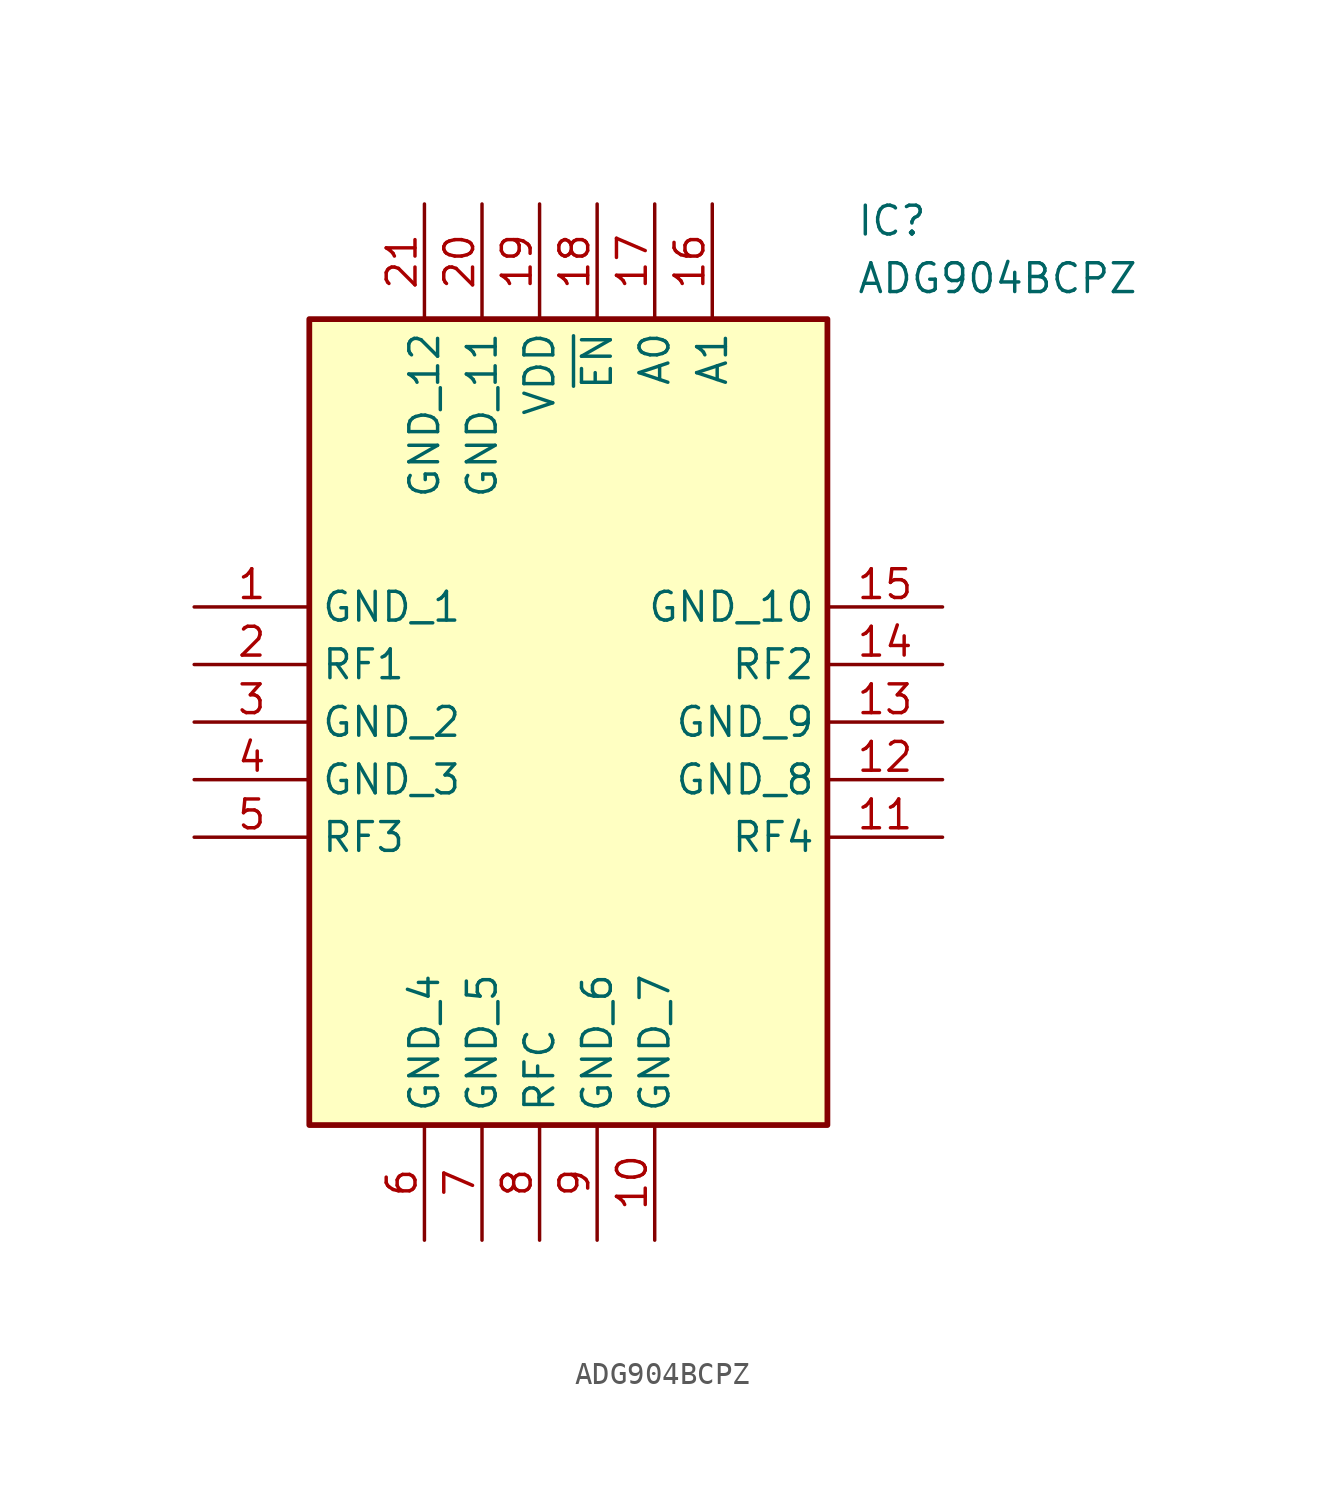
<source format=kicad_sym>
(kicad_symbol_lib
  (version 20241209)
  (generator "kicad_symbol_editor")
  (generator_version "9.0")
  (symbol "ADG904BCPZ"
    (property "Reference" "IC"
      (at 29.21 17.78 0)
      (effects (font (size 1.27 1.27)) (justify left top)))
    (property "Value" "ADG904BCPZ"
      (at 29.21 15.24 0)
      (effects (font (size 1.27 1.27)) (justify left top)))
    (symbol "ADG904BCPZ_1_1"
      (rectangle (start 5.08 12.7) (end 27.94 -22.86) (stroke (width 0.254) (type default)) (fill (type background)))
      (pin power_in line (at 0 0 0) (length 5.08) (name "GND_1" (effects (font (size 1.27 1.27)))) (number "1" (effects (font (size 1.27 1.27)))))
      (pin passive line (at 0 -2.54 0) (length 5.08) (name "RF1" (effects (font (size 1.27 1.27)))) (number "2" (effects (font (size 1.27 1.27)))))
      (pin power_in line (at 0 -5.08 0) (length 5.08) (name "GND_2" (effects (font (size 1.27 1.27)))) (number "3" (effects (font (size 1.27 1.27)))))
      (pin power_in line (at 0 -7.62 0) (length 5.08) (name "GND_3" (effects (font (size 1.27 1.27)))) (number "4" (effects (font (size 1.27 1.27)))))
      (pin passive line (at 0 -10.16 0) (length 5.08) (name "RF3" (effects (font (size 1.27 1.27)))) (number "5" (effects (font (size 1.27 1.27)))))
      (pin power_in line (at 10.16 17.78 270) (length 5.08) (name "GND_12" (effects (font (size 1.27 1.27)))) (number "21" (effects (font (size 1.27 1.27)))))
      (pin power_in line (at 10.16 -27.94 90) (length 5.08) (name "GND_4" (effects (font (size 1.27 1.27)))) (number "6" (effects (font (size 1.27 1.27)))))
      (pin power_in line (at 12.7 17.78 270) (length 5.08) (name "GND_11" (effects (font (size 1.27 1.27)))) (number "20" (effects (font (size 1.27 1.27)))))
      (pin power_in line (at 12.7 -27.94 90) (length 5.08) (name "GND_5" (effects (font (size 1.27 1.27)))) (number "7" (effects (font (size 1.27 1.27)))))
      (pin power_in line (at 15.24 17.78 270) (length 5.08) (name "VDD" (effects (font (size 1.27 1.27)))) (number "19" (effects (font (size 1.27 1.27)))))
      (pin passive line (at 15.24 -27.94 90) (length 5.08) (name "RFC" (effects (font (size 1.27 1.27)))) (number "8" (effects (font (size 1.27 1.27)))))
      (pin input line (at 17.78 17.78 270) (length 5.08) (name "~{EN}" (effects (font (size 1.27 1.27)))) (number "18" (effects (font (size 1.27 1.27)))))
      (pin power_in line (at 17.78 -27.94 90) (length 5.08) (name "GND_6" (effects (font (size 1.27 1.27)))) (number "9" (effects (font (size 1.27 1.27)))))
      (pin input line (at 20.32 17.78 270) (length 5.08) (name "A0" (effects (font (size 1.27 1.27)))) (number "17" (effects (font (size 1.27 1.27)))))
      (pin power_in line (at 20.32 -27.94 90) (length 5.08) (name "GND_7" (effects (font (size 1.27 1.27)))) (number "10" (effects (font (size 1.27 1.27)))))
      (pin input line (at 22.86 17.78 270) (length 5.08) (name "A1" (effects (font (size 1.27 1.27)))) (number "16" (effects (font (size 1.27 1.27)))))
      (pin power_in line (at 33.02 0 180) (length 5.08) (name "GND_10" (effects (font (size 1.27 1.27)))) (number "15" (effects (font (size 1.27 1.27)))))
      (pin passive line (at 33.02 -2.54 180) (length 5.08) (name "RF2" (effects (font (size 1.27 1.27)))) (number "14" (effects (font (size 1.27 1.27)))))
      (pin power_in line (at 33.02 -5.08 180) (length 5.08) (name "GND_9" (effects (font (size 1.27 1.27)))) (number "13" (effects (font (size 1.27 1.27)))))
      (pin power_in line (at 33.02 -7.62 180) (length 5.08) (name "GND_8" (effects (font (size 1.27 1.27)))) (number "12" (effects (font (size 1.27 1.27)))))
      (pin passive line (at 33.02 -10.16 180) (length 5.08) (name "RF4" (effects (font (size 1.27 1.27)))) (number "11" (effects (font (size 1.27 1.27))))))))
</source>
